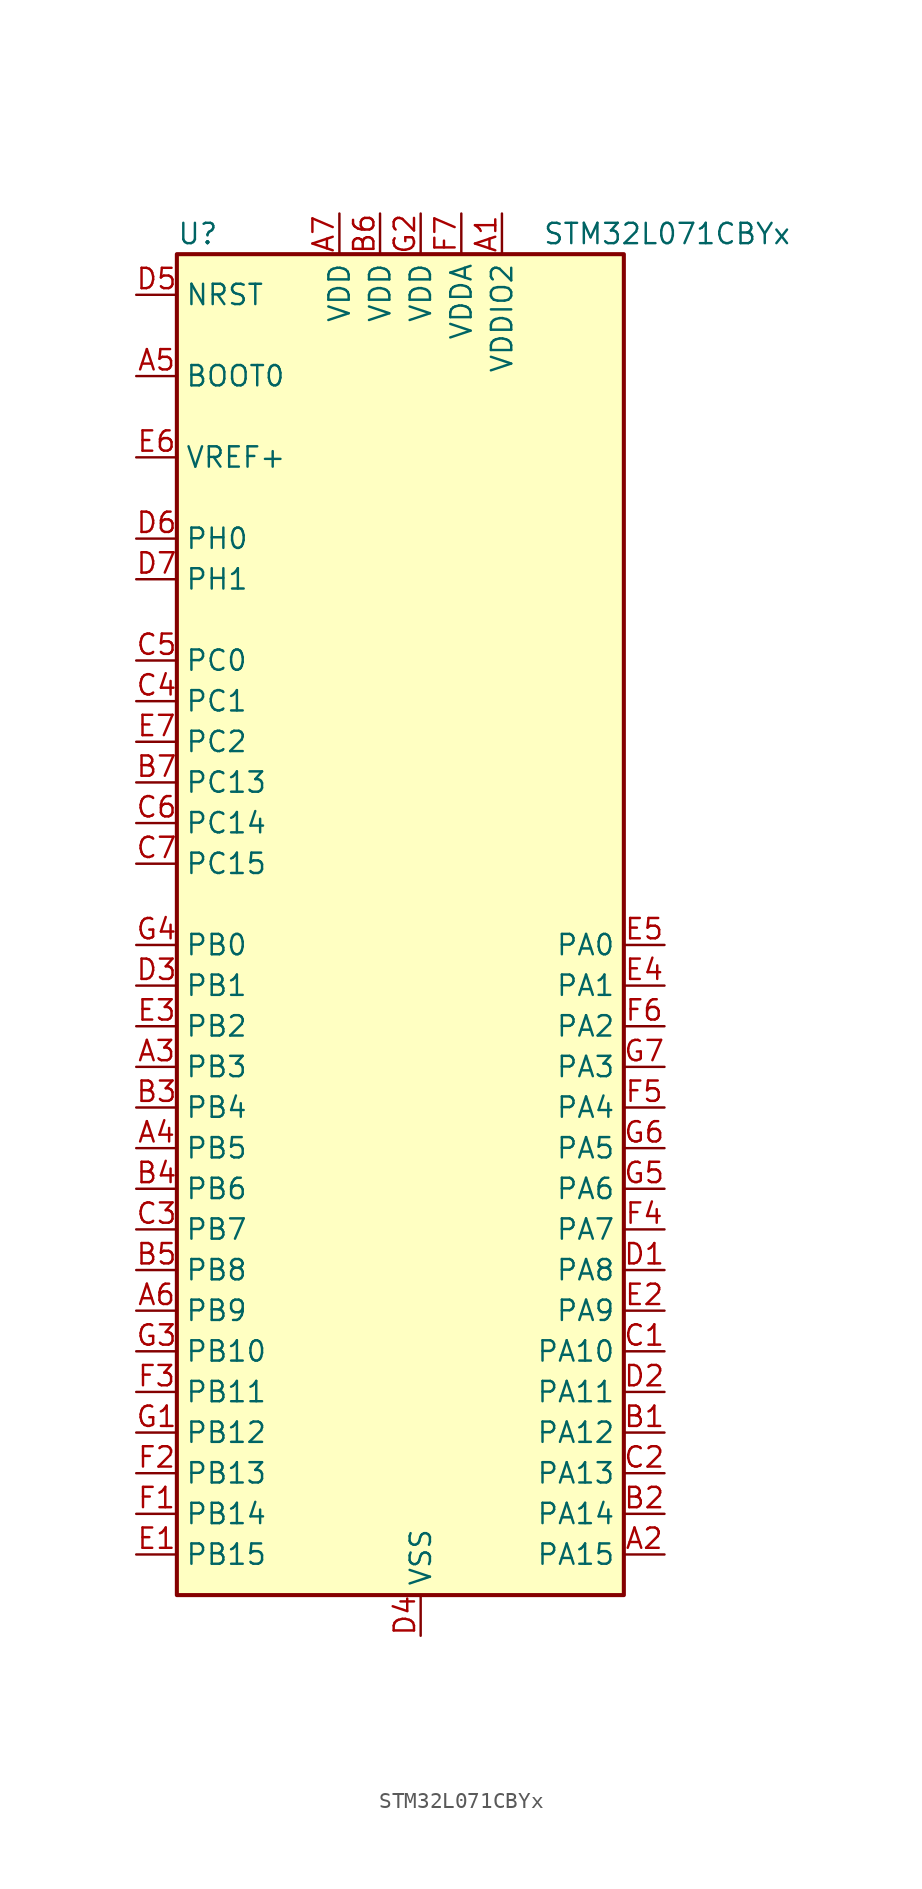
<source format=kicad_sym>
(kicad_symbol_lib
  (version 20211014)
  (generator kicad_symbol_editor)
  (symbol "STM32L071CBYx"
    (property "Reference" "U"
      (at -15.24 41.91 0)
      (effects (font (size 1.27 1.27)) (justify left)))
    (property "Value" "STM32L071CBYx"
      (at 7.62 41.91 0)
      (effects (font (size 1.27 1.27)) (justify left)))
    (symbol "STM32L071CBYx_0_1"
      (rectangle (start -15.24 -43.18) (end 12.7 40.64) (stroke (width 0.254) (type default) (color 0 0 0 0)) (fill (type background))))
    (symbol "STM32L071CBYx_1_1"
      (pin power_in line (at 5.08 43.18 270) (length 2.54) (name "VDDIO2" (effects (font (size 1.27 1.27)))) (number "A1" (effects (font (size 1.27 1.27)))))
      (pin bidirectional line (at 15.24 -40.64 180) (length 2.54) (name "PA15" (effects (font (size 1.27 1.27)))) (number "A2" (effects (font (size 1.27 1.27)))))
      (pin bidirectional line (at -17.78 -10.16 0) (length 2.54) (name "PB3" (effects (font (size 1.27 1.27)))) (number "A3" (effects (font (size 1.27 1.27)))))
      (pin bidirectional line (at -17.78 -15.24 0) (length 2.54) (name "PB5" (effects (font (size 1.27 1.27)))) (number "A4" (effects (font (size 1.27 1.27)))))
      (pin input line (at -17.78 33.02 0) (length 2.54) (name "BOOT0" (effects (font (size 1.27 1.27)))) (number "A5" (effects (font (size 1.27 1.27)))))
      (pin bidirectional line (at -17.78 -25.4 0) (length 2.54) (name "PB9" (effects (font (size 1.27 1.27)))) (number "A6" (effects (font (size 1.27 1.27)))))
      (pin power_in line (at -5.08 43.18 270) (length 2.54) (name "VDD" (effects (font (size 1.27 1.27)))) (number "A7" (effects (font (size 1.27 1.27)))))
      (pin bidirectional line (at 15.24 -33.02 180) (length 2.54) (name "PA12" (effects (font (size 1.27 1.27)))) (number "B1" (effects (font (size 1.27 1.27)))))
      (pin bidirectional line (at 15.24 -38.1 180) (length 2.54) (name "PA14" (effects (font (size 1.27 1.27)))) (number "B2" (effects (font (size 1.27 1.27)))))
      (pin bidirectional line (at -17.78 -12.7 0) (length 2.54) (name "PB4" (effects (font (size 1.27 1.27)))) (number "B3" (effects (font (size 1.27 1.27)))))
      (pin bidirectional line (at -17.78 -17.78 0) (length 2.54) (name "PB6" (effects (font (size 1.27 1.27)))) (number "B4" (effects (font (size 1.27 1.27)))))
      (pin bidirectional line (at -17.78 -22.86 0) (length 2.54) (name "PB8" (effects (font (size 1.27 1.27)))) (number "B5" (effects (font (size 1.27 1.27)))))
      (pin power_in line (at -2.54 43.18 270) (length 2.54) (name "VDD" (effects (font (size 1.27 1.27)))) (number "B6" (effects (font (size 1.27 1.27)))))
      (pin bidirectional line (at -17.78 7.62 0) (length 2.54) (name "PC13" (effects (font (size 1.27 1.27)))) (number "B7" (effects (font (size 1.27 1.27)))))
      (pin bidirectional line (at 15.24 -27.94 180) (length 2.54) (name "PA10" (effects (font (size 1.27 1.27)))) (number "C1" (effects (font (size 1.27 1.27)))))
      (pin bidirectional line (at 15.24 -35.56 180) (length 2.54) (name "PA13" (effects (font (size 1.27 1.27)))) (number "C2" (effects (font (size 1.27 1.27)))))
      (pin bidirectional line (at -17.78 -20.32 0) (length 2.54) (name "PB7" (effects (font (size 1.27 1.27)))) (number "C3" (effects (font (size 1.27 1.27)))))
      (pin bidirectional line (at -17.78 12.7 0) (length 2.54) (name "PC1" (effects (font (size 1.27 1.27)))) (number "C4" (effects (font (size 1.27 1.27)))))
      (pin bidirectional line (at -17.78 15.24 0) (length 2.54) (name "PC0" (effects (font (size 1.27 1.27)))) (number "C5" (effects (font (size 1.27 1.27)))))
      (pin bidirectional line (at -17.78 5.08 0) (length 2.54) (name "PC14" (effects (font (size 1.27 1.27)))) (number "C6" (effects (font (size 1.27 1.27)))))
      (pin bidirectional line (at -17.78 2.54 0) (length 2.54) (name "PC15" (effects (font (size 1.27 1.27)))) (number "C7" (effects (font (size 1.27 1.27)))))
      (pin bidirectional line (at 15.24 -22.86 180) (length 2.54) (name "PA8" (effects (font (size 1.27 1.27)))) (number "D1" (effects (font (size 1.27 1.27)))))
      (pin bidirectional line (at 15.24 -30.48 180) (length 2.54) (name "PA11" (effects (font (size 1.27 1.27)))) (number "D2" (effects (font (size 1.27 1.27)))))
      (pin bidirectional line (at -17.78 -5.08 0) (length 2.54) (name "PB1" (effects (font (size 1.27 1.27)))) (number "D3" (effects (font (size 1.27 1.27)))))
      (pin power_in line (at 0 -45.72 90) (length 2.54) (name "VSS" (effects (font (size 1.27 1.27)))) (number "D4" (effects (font (size 1.27 1.27)))))
      (pin input line (at -17.78 38.1 0) (length 2.54) (name "NRST" (effects (font (size 1.27 1.27)))) (number "D5" (effects (font (size 1.27 1.27)))))
      (pin input line (at -17.78 22.86 0) (length 2.54) (name "PH0" (effects (font (size 1.27 1.27)))) (number "D6" (effects (font (size 1.27 1.27)))))
      (pin input line (at -17.78 20.32 0) (length 2.54) (name "PH1" (effects (font (size 1.27 1.27)))) (number "D7" (effects (font (size 1.27 1.27)))))
      (pin bidirectional line (at -17.78 -40.64 0) (length 2.54) (name "PB15" (effects (font (size 1.27 1.27)))) (number "E1" (effects (font (size 1.27 1.27)))))
      (pin bidirectional line (at 15.24 -25.4 180) (length 2.54) (name "PA9" (effects (font (size 1.27 1.27)))) (number "E2" (effects (font (size 1.27 1.27)))))
      (pin bidirectional line (at -17.78 -7.62 0) (length 2.54) (name "PB2" (effects (font (size 1.27 1.27)))) (number "E3" (effects (font (size 1.27 1.27)))))
      (pin bidirectional line (at 15.24 -5.08 180) (length 2.54) (name "PA1" (effects (font (size 1.27 1.27)))) (number "E4" (effects (font (size 1.27 1.27)))))
      (pin bidirectional line (at 15.24 -2.54 180) (length 2.54) (name "PA0" (effects (font (size 1.27 1.27)))) (number "E5" (effects (font (size 1.27 1.27)))))
      (pin power_in line (at -17.78 27.94 0) (length 2.54) (name "VREF+" (effects (font (size 1.27 1.27)))) (number "E6" (effects (font (size 1.27 1.27)))))
      (pin bidirectional line (at -17.78 10.16 0) (length 2.54) (name "PC2" (effects (font (size 1.27 1.27)))) (number "E7" (effects (font (size 1.27 1.27)))))
      (pin bidirectional line (at -17.78 -38.1 0) (length 2.54) (name "PB14" (effects (font (size 1.27 1.27)))) (number "F1" (effects (font (size 1.27 1.27)))))
      (pin bidirectional line (at -17.78 -35.56 0) (length 2.54) (name "PB13" (effects (font (size 1.27 1.27)))) (number "F2" (effects (font (size 1.27 1.27)))))
      (pin bidirectional line (at -17.78 -30.48 0) (length 2.54) (name "PB11" (effects (font (size 1.27 1.27)))) (number "F3" (effects (font (size 1.27 1.27)))))
      (pin bidirectional line (at 15.24 -20.32 180) (length 2.54) (name "PA7" (effects (font (size 1.27 1.27)))) (number "F4" (effects (font (size 1.27 1.27)))))
      (pin bidirectional line (at 15.24 -12.7 180) (length 2.54) (name "PA4" (effects (font (size 1.27 1.27)))) (number "F5" (effects (font (size 1.27 1.27)))))
      (pin bidirectional line (at 15.24 -7.62 180) (length 2.54) (name "PA2" (effects (font (size 1.27 1.27)))) (number "F6" (effects (font (size 1.27 1.27)))))
      (pin power_in line (at 2.54 43.18 270) (length 2.54) (name "VDDA" (effects (font (size 1.27 1.27)))) (number "F7" (effects (font (size 1.27 1.27)))))
      (pin bidirectional line (at -17.78 -33.02 0) (length 2.54) (name "PB12" (effects (font (size 1.27 1.27)))) (number "G1" (effects (font (size 1.27 1.27)))))
      (pin power_in line (at 0 43.18 270) (length 2.54) (name "VDD" (effects (font (size 1.27 1.27)))) (number "G2" (effects (font (size 1.27 1.27)))))
      (pin bidirectional line (at -17.78 -27.94 0) (length 2.54) (name "PB10" (effects (font (size 1.27 1.27)))) (number "G3" (effects (font (size 1.27 1.27)))))
      (pin bidirectional line (at -17.78 -2.54 0) (length 2.54) (name "PB0" (effects (font (size 1.27 1.27)))) (number "G4" (effects (font (size 1.27 1.27)))))
      (pin bidirectional line (at 15.24 -17.78 180) (length 2.54) (name "PA6" (effects (font (size 1.27 1.27)))) (number "G5" (effects (font (size 1.27 1.27)))))
      (pin bidirectional line (at 15.24 -15.24 180) (length 2.54) (name "PA5" (effects (font (size 1.27 1.27)))) (number "G6" (effects (font (size 1.27 1.27)))))
      (pin bidirectional line (at 15.24 -10.16 180) (length 2.54) (name "PA3" (effects (font (size 1.27 1.27)))) (number "G7" (effects (font (size 1.27 1.27))))))))
</source>
